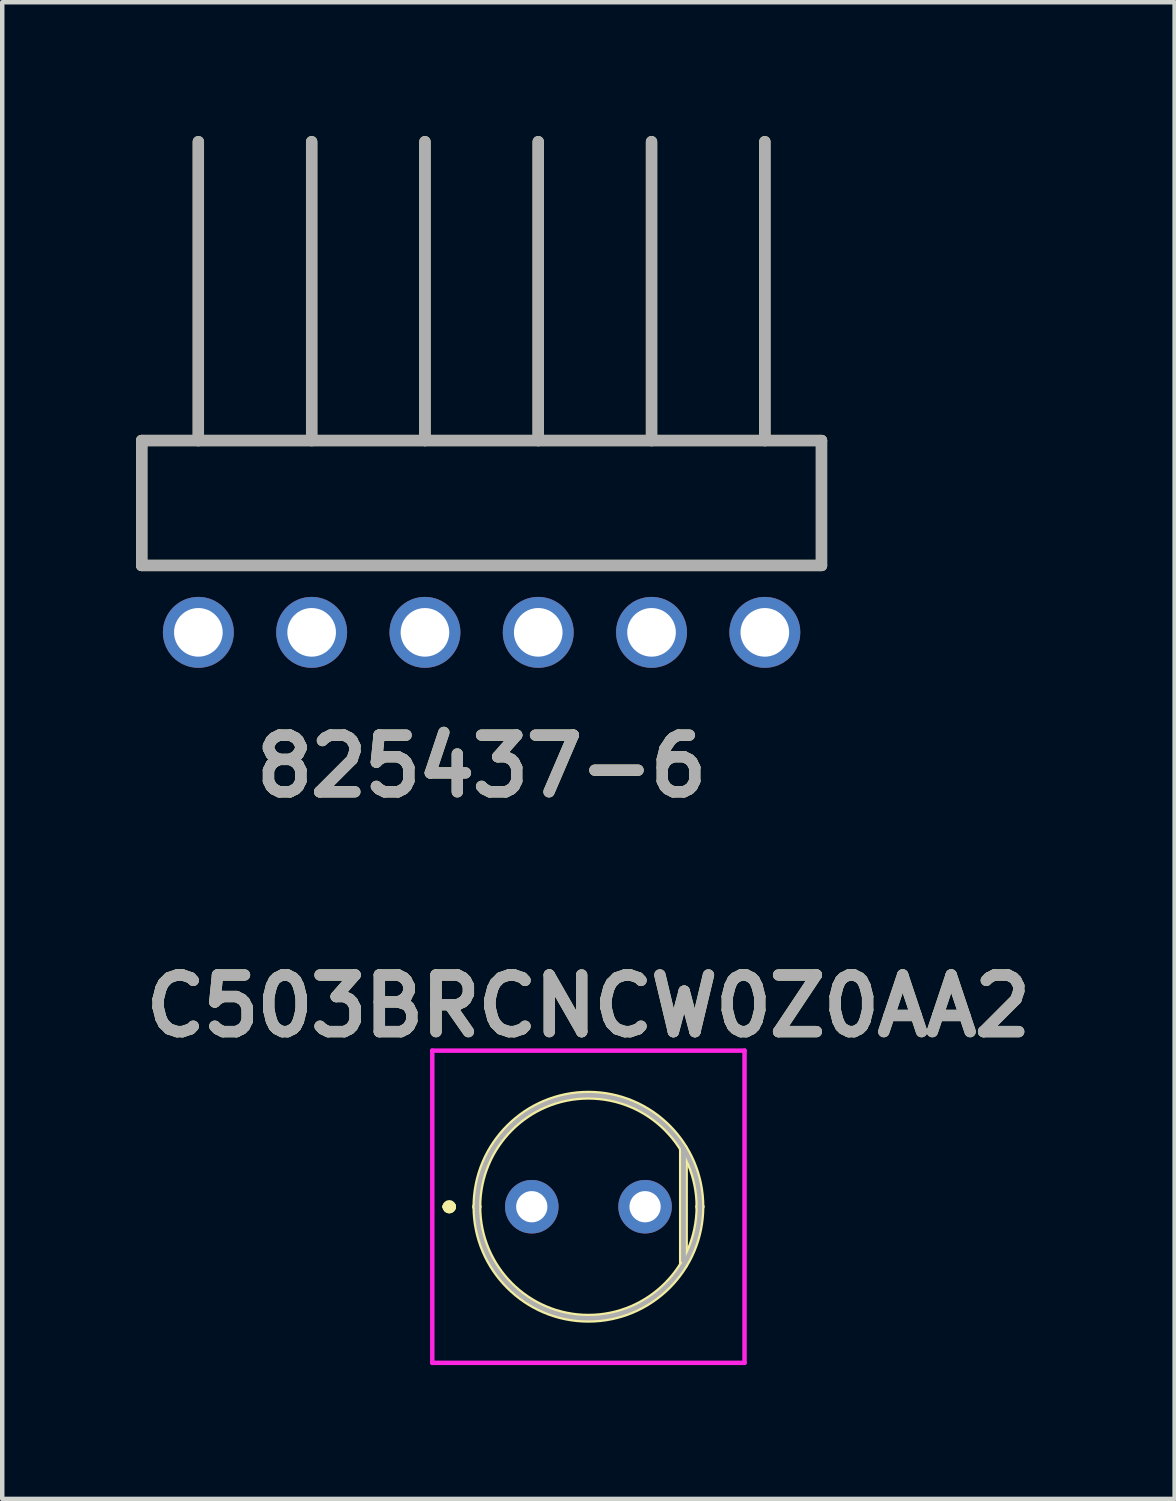
<source format=kicad_pcb>
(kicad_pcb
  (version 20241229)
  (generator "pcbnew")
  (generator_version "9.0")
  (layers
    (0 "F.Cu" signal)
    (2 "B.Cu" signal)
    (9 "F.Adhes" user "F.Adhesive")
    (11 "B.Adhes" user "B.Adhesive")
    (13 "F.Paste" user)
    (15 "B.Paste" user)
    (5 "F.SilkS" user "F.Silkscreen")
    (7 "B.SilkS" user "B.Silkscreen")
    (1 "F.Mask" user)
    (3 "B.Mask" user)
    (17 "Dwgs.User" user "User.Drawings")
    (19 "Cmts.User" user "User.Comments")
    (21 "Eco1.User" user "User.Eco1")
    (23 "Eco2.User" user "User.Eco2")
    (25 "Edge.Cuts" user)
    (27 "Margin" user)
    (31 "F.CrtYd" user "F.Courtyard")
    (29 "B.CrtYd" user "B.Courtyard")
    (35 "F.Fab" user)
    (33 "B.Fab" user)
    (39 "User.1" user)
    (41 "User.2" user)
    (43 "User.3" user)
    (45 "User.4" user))
  (footprint "825437-6"
    (layer "F.Cu")
    (at 7.747 11.127)
    (property "Reference" "825437-6" (at 0 3 0) (layer "F.SilkS") (effects (font (size 1.27 1.27) (thickness 0.254))))
    (attr through_hole)
    (fp_line (start -7.62 -4.3) (end -7.62 -1.5) (stroke (width 0.254) (type solid)) (layer "F.SilkS"))
    (fp_line (start -7.62 -1.5) (end 7.62 -1.5) (stroke (width 0.254) (type solid)) (layer "F.SilkS"))
    (fp_line (start -6.35 -4.3) (end -6.35 -11) (stroke (width 0.254) (type solid)) (layer "F.SilkS"))
    (fp_line (start -3.81 -4.3) (end -3.81 -11) (stroke (width 0.254) (type solid)) (layer "F.SilkS"))
    (fp_line (start -1.27 -4.3) (end -1.27 -11) (stroke (width 0.254) (type solid)) (layer "F.SilkS"))
    (fp_line (start 1.27 -4.3) (end 1.27 -11) (stroke (width 0.254) (type solid)) (layer "F.SilkS"))
    (fp_line (start 3.81 -4.3) (end 3.81 -11) (stroke (width 0.254) (type solid)) (layer "F.SilkS"))
    (fp_line (start 6.35 -4.3) (end 6.35 -11) (stroke (width 0.254) (type solid)) (layer "F.SilkS"))
    (fp_line (start 7.62 -4.3) (end -7.62 -4.3) (stroke (width 0.254) (type solid)) (layer "F.SilkS"))
    (fp_line (start 7.62 -1.5) (end 7.62 -4.3) (stroke (width 0.254) (type solid)) (layer "F.SilkS"))
    (fp_line (start -7.62 -4.3) (end 7.62 -4.3) (stroke (width 0.254) (type solid)) (layer "F.Fab"))
    (fp_line (start -7.62 -1.5) (end -7.62 -4.3) (stroke (width 0.254) (type solid)) (layer "F.Fab"))
    (fp_line (start -6.35 -4.3) (end -6.35 -11) (stroke (width 0.254) (type solid)) (layer "F.Fab"))
    (fp_line (start -3.81 -4.3) (end -3.81 -11) (stroke (width 0.254) (type solid)) (layer "F.Fab"))
    (fp_line (start -1.27 -4.3) (end -1.27 -11) (stroke (width 0.254) (type solid)) (layer "F.Fab"))
    (fp_line (start 1.27 -4.3) (end 1.27 -11) (stroke (width 0.254) (type solid)) (layer "F.Fab"))
    (fp_line (start 3.81 -4.3) (end 3.81 -11) (stroke (width 0.254) (type solid)) (layer "F.Fab"))
    (fp_line (start 6.35 -4.3) (end 6.35 -11) (stroke (width 0.254) (type solid)) (layer "F.Fab"))
    (fp_line (start 7.62 -4.3) (end 7.62 -1.5) (stroke (width 0.254) (type solid)) (layer "F.Fab"))
    (fp_line (start 7.62 -1.5) (end -7.62 -1.5) (stroke (width 0.254) (type solid)) (layer "F.Fab"))
    (fp_text user "${REFERENCE}" (at 0 3 0) (layer "F.Fab") (effects (font (size 1.27 1.27) (thickness 0.254))))
    (pad "1" thru_hole circle (at -6.35 0) (size 1.59 1.59) (drill 1.09) (layers "*.Cu" "*.Mask"))
    (pad "2" thru_hole circle (at -3.81 0) (size 1.59 1.59) (drill 1.09) (layers "*.Cu" "*.Mask"))
    (pad "3" thru_hole circle (at -1.27 0) (size 1.59 1.59) (drill 1.09) (layers "*.Cu" "*.Mask"))
    (pad "4" thru_hole circle (at 1.27 0) (size 1.59 1.59) (drill 1.09) (layers "*.Cu" "*.Mask"))
    (pad "5" thru_hole circle (at 3.81 0) (size 1.59 1.59) (drill 1.09) (layers "*.Cu" "*.Mask"))
    (pad "6" thru_hole circle (at 6.35 0) (size 1.59 1.59) (drill 1.09) (layers "*.Cu" "*.Mask")))
  (footprint "C503BRCNCW0Z0AA2"
    (layer "F.Cu")
    (at 10.142 24.004)
    (property "Reference" "C503BRCNCW0Z0AA2" (at 0 -4.5 0) (layer "F.SilkS") (effects (font (size 1.27 1.27) (thickness 0.254))))
    (attr through_hole)
    (fp_line (start -3.17 0) (end -3.17 0) (stroke (width 0.2) (type solid)) (layer "F.SilkS"))
    (fp_line (start -3.17 0) (end -3.17 0) (stroke (width 0.2) (type solid)) (layer "F.SilkS"))
    (fp_line (start -3.07 0) (end -3.07 0) (stroke (width 0.2) (type solid)) (layer "F.SilkS"))
    (fp_line (start -2.5 0) (end -2.5 0) (stroke (width 0.2) (type solid)) (layer "F.SilkS"))
    (fp_line (start 2.13 -1.3) (end 2.13 1.3) (stroke (width 0.2) (type solid)) (layer "F.SilkS"))
    (fp_line (start 2.5 0) (end 2.5 0) (stroke (width 0.2) (type solid)) (layer "F.SilkS"))
    (fp_arc (start -3.17 0) (mid -3.12 -0.05) (end -3.07 0) (stroke (width 0.2) (type solid)) (layer "F.SilkS"))
    (fp_arc (start -3.07 0) (mid -3.12 0.05) (end -3.17 0) (stroke (width 0.2) (type solid)) (layer "F.SilkS"))
    (fp_arc (start -3.07 0) (mid -3.12 0.05) (end -3.17 0) (stroke (width 0.2) (type solid)) (layer "F.SilkS"))
    (fp_arc (start -2.5 0) (mid 0 -2.5) (end 2.5 0) (stroke (width 0.2) (type solid)) (layer "F.SilkS"))
    (fp_arc (start 2.5 0) (mid 0 2.5) (end -2.5 0) (stroke (width 0.2) (type solid)) (layer "F.SilkS"))
    (fp_line (start -3.5 -3.5) (end 3.5 -3.5) (stroke (width 0.1) (type solid)) (layer "F.CrtYd"))
    (fp_line (start -3.5 3.5) (end -3.5 -3.5) (stroke (width 0.1) (type solid)) (layer "F.CrtYd"))
    (fp_line (start 3.5 -3.5) (end 3.5 3.5) (stroke (width 0.1) (type solid)) (layer "F.CrtYd"))
    (fp_line (start 3.5 3.5) (end -3.5 3.5) (stroke (width 0.1) (type solid)) (layer "F.CrtYd"))
    (fp_line (start -2.5 0) (end -2.5 0) (stroke (width 0.1) (type solid)) (layer "F.Fab"))
    (fp_line (start 2.13 -1.3) (end 2.13 -1.3) (stroke (width 0.1) (type solid)) (layer "F.Fab"))
    (fp_line (start 2.13 -1.3) (end 2.13 1.2) (stroke (width 0.1) (type solid)) (layer "F.Fab"))
    (fp_line (start 2.13 1.2) (end 2.13 -1.3) (stroke (width 0.1) (type solid)) (layer "F.Fab"))
    (fp_line (start 2.13 1.2) (end 2.13 1.2) (stroke (width 0.1) (type solid)) (layer "F.Fab"))
    (fp_line (start 2.5 0) (end 2.5 0) (stroke (width 0.1) (type solid)) (layer "F.Fab"))
    (fp_arc (start -2.5 0) (mid 0 -2.5) (end 2.5 0) (stroke (width 0.1) (type solid)) (layer "F.Fab"))
    (fp_arc (start 2.5 0) (mid 0 2.5) (end -2.5 0) (stroke (width 0.1) (type solid)) (layer "F.Fab"))
    (fp_text user "${REFERENCE}" (at 0 -4.5 0) (layer "F.Fab") (effects (font (size 1.27 1.27) (thickness 0.254))))
    (pad "1" thru_hole circle (at -1.27 0) (size 1.2 1.2) (drill 0.7) (layers "*.Cu" "*.Mask"))
    (pad "2" thru_hole circle (at 1.27 0) (size 1.2 1.2) (drill 0.7) (layers "*.Cu" "*.Mask")))
  (gr_rect
    (start -3 -3)
    (end 23.284 30.554)
    (stroke (width 0.1) (type default))
    (fill no)
    (layer "Edge.Cuts")))
</source>
